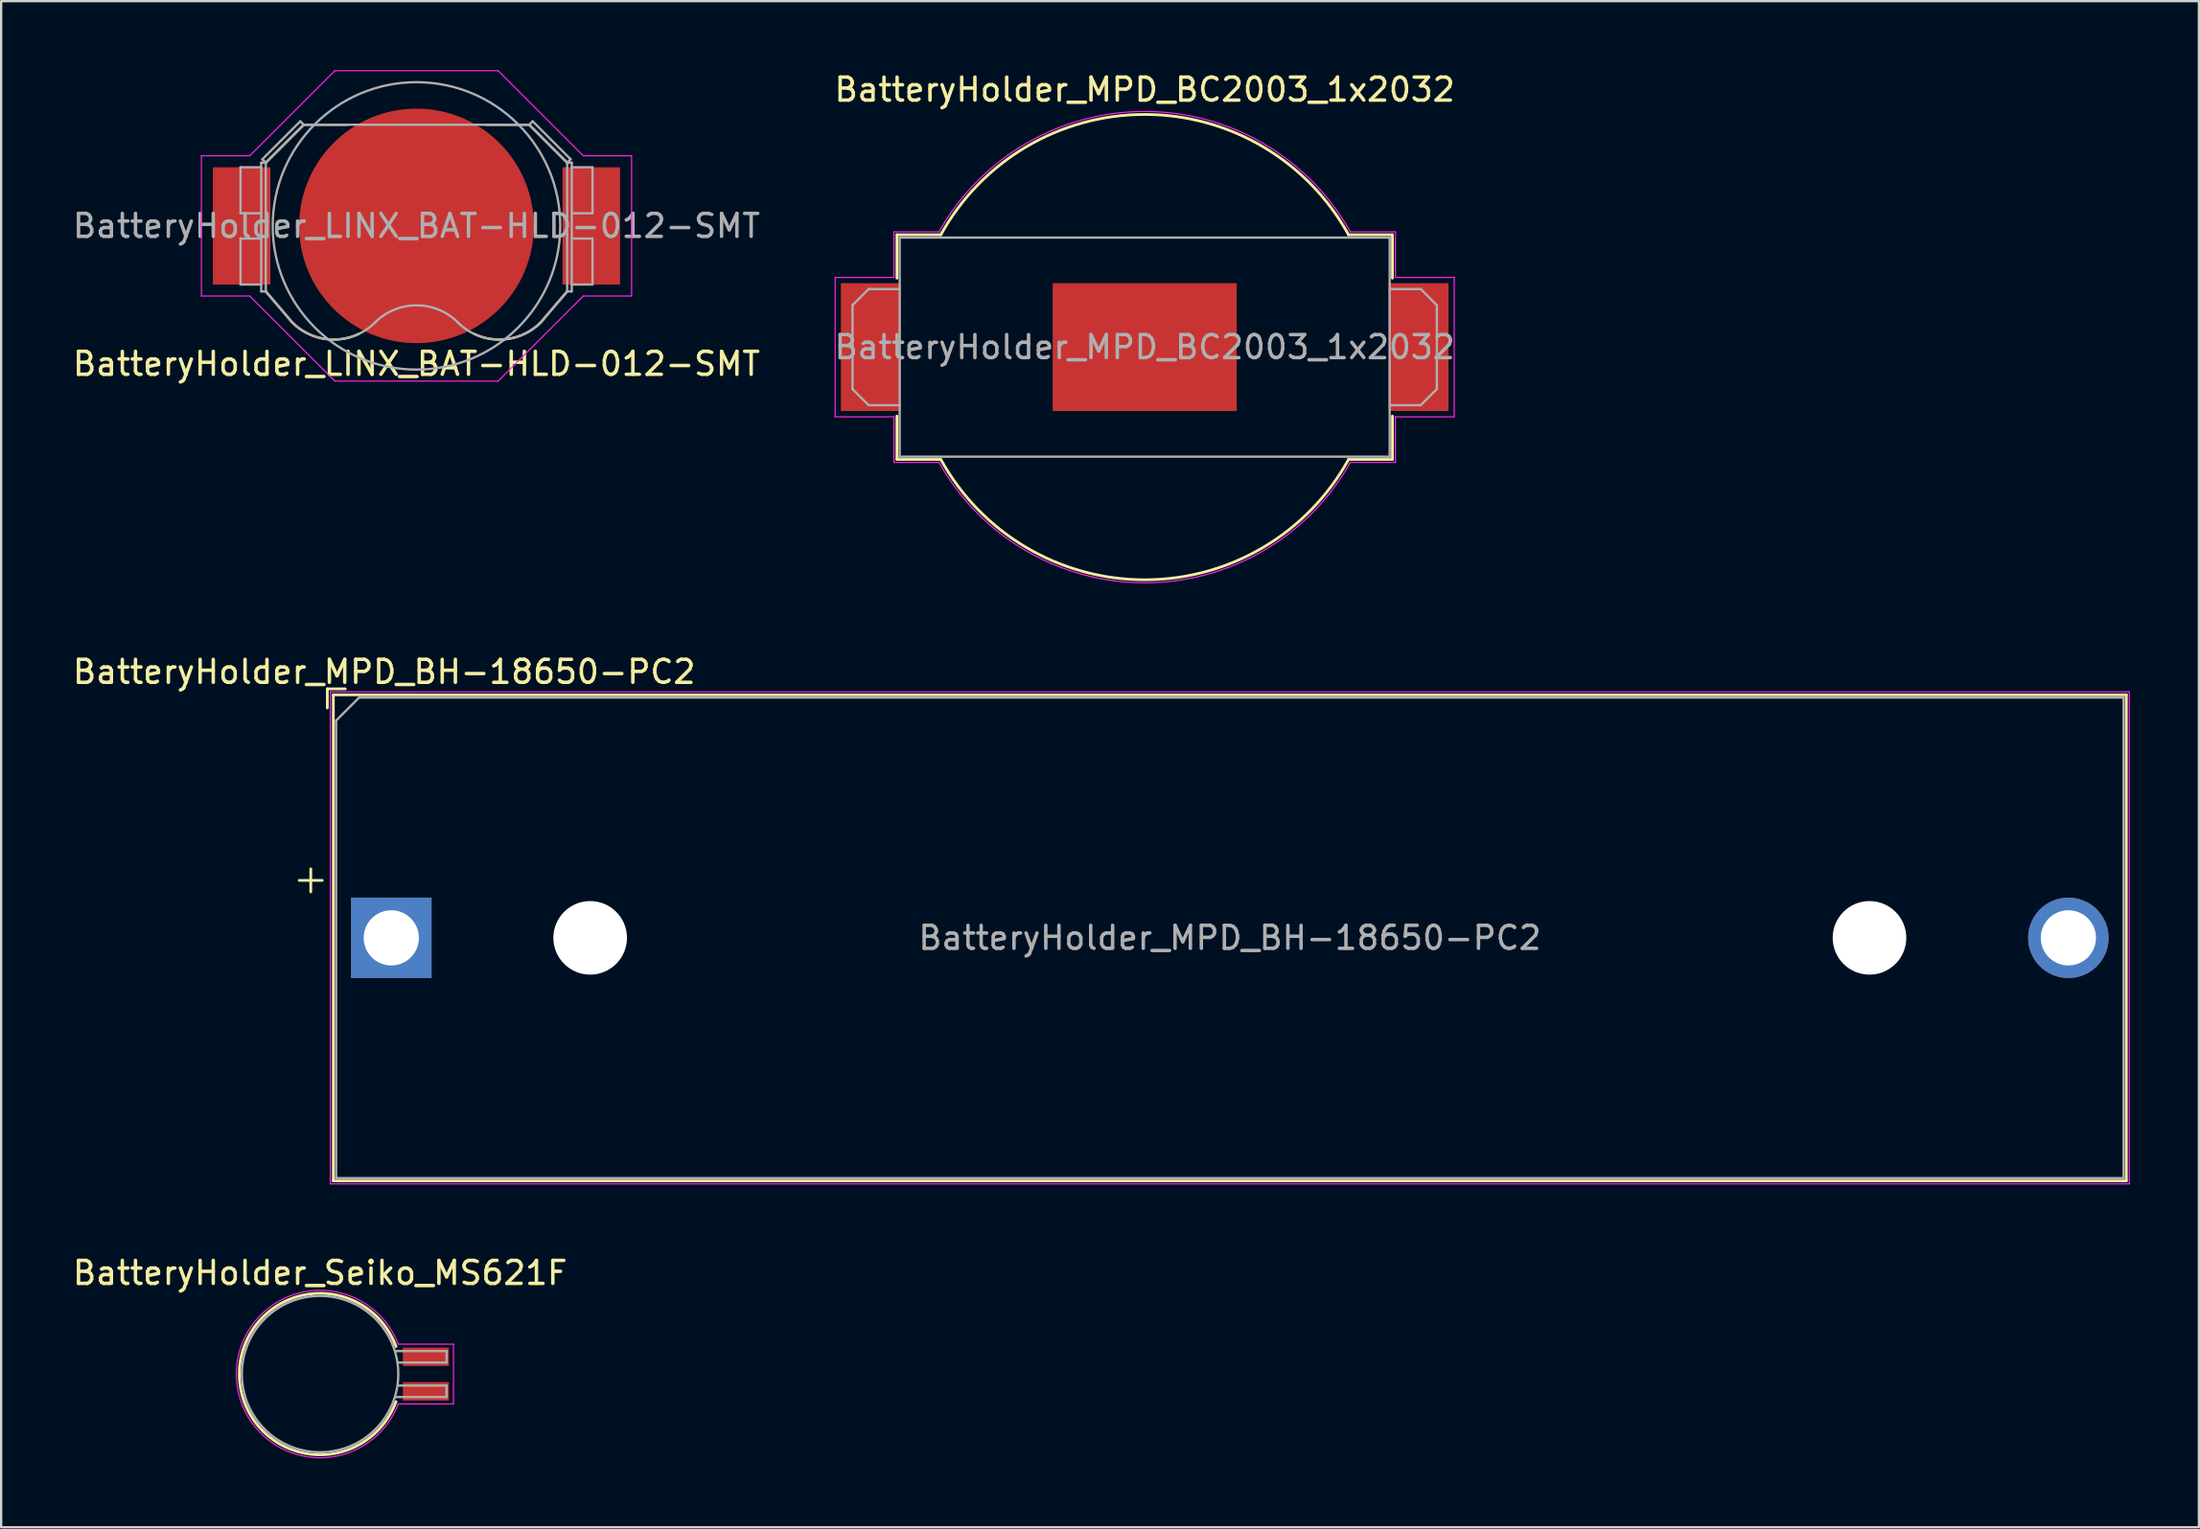
<source format=kicad_pcb>
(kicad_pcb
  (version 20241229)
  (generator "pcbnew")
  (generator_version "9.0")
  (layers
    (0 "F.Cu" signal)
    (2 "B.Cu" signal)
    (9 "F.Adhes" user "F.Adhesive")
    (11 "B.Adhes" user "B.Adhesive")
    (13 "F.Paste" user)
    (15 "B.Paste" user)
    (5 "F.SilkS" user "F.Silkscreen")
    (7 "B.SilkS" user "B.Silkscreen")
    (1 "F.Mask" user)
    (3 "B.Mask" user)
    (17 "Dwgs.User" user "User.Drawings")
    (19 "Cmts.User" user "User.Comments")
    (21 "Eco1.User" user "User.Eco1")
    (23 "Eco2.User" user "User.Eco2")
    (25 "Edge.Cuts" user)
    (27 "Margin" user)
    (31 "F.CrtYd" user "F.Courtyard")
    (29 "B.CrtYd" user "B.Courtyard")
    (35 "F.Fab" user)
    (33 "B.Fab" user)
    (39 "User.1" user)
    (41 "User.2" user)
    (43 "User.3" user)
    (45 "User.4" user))
  (footprint "BatteryHolder_MPD_BH-18650-PC2"
    (layer "F.Cu")
    (at 13.959 37.742)
    (property "Reference" "BatteryHolder_MPD_BH-18650-PC2" (at -0.31 -11.57 0) (layer "F.SilkS") (effects (font (size 1 1) (thickness 0.15))))
    (attr through_hole)
    (fp_line (start -4 -2.5) (end -3 -2.5) (stroke (width 0.12) (type solid)) (layer "F.SilkS"))
    (fp_line (start -3.5 -3) (end -3.5 -2) (stroke (width 0.12) (type solid)) (layer "F.SilkS"))
    (fp_line (start -2.78 -10.83) (end -2.78 -10) (stroke (width 0.12) (type solid)) (layer "F.SilkS"))
    (fp_line (start -2.78 -10.83) (end -2 -10.83) (stroke (width 0.12) (type solid)) (layer "F.SilkS"))
    (fp_line (start -2.52 -10.57) (end 75.42 -10.57) (stroke (width 0.12) (type solid)) (layer "F.SilkS"))
    (fp_line (start -2.52 10.57) (end -2.52 -10.57) (stroke (width 0.12) (type solid)) (layer "F.SilkS"))
    (fp_line (start 75.42 -10.57) (end 75.42 10.57) (stroke (width 0.12) (type solid)) (layer "F.SilkS"))
    (fp_line (start 75.42 10.57) (end -2.52 10.57) (stroke (width 0.12) (type solid)) (layer "F.SilkS"))
    (fp_line (start -2.65 -10.7) (end 75.55 -10.7) (stroke (width 0.05) (type solid)) (layer "F.CrtYd"))
    (fp_line (start -2.65 10.7) (end -2.65 -10.7) (stroke (width 0.05) (type solid)) (layer "F.CrtYd"))
    (fp_line (start 75.55 -10.7) (end 75.55 10.7) (stroke (width 0.05) (type solid)) (layer "F.CrtYd"))
    (fp_line (start 75.55 10.7) (end -2.65 10.7) (stroke (width 0.05) (type solid)) (layer "F.CrtYd"))
    (fp_line (start -2.4 10.45) (end -2.4 -9.45) (stroke (width 0.1) (type solid)) (layer "F.Fab"))
    (fp_line (start -1.4 -10.45) (end -2.4 -9.45) (stroke (width 0.1) (type solid)) (layer "F.Fab"))
    (fp_line (start -1.4 -10.45) (end 75.3 -10.45) (stroke (width 0.1) (type solid)) (layer "F.Fab"))
    (fp_line (start 75.3 -10.45) (end 75.3 10.45) (stroke (width 0.1) (type solid)) (layer "F.Fab"))
    (fp_line (start 75.3 10.45) (end -2.4 10.45) (stroke (width 0.1) (type solid)) (layer "F.Fab"))
    (fp_text user "${REFERENCE}" (at 36.45 0 0) (layer "F.Fab") (effects (font (size 1 1) (thickness 0.15))))
    (pad "" np_thru_hole circle (at 8.645 0) (size 3.2 3.2) (drill 3.2) (layers "*.Cu" "*.Mask"))
    (pad "" np_thru_hole circle (at 64.255 0) (size 3.2 3.2) (drill 3.2) (layers "*.Cu" "*.Mask"))
    (pad "1" thru_hole rect (at 0 0) (size 3.5 3.5) (drill 2.4) (layers "*.Cu" "*.Mask"))
    (pad "2" thru_hole circle (at 72.9 0) (size 3.5 3.5) (drill 2.4) (layers "*.Cu" "*.Mask")))
  (footprint "BatteryHolder_Seiko_MS621F"
    (layer "F.Cu")
    (at 15.463 56.715)
    (property "Reference" "BatteryHolder_Seiko_MS621F" (at -4.6 -4.4 0) (layer "F.SilkS") (effects (font (size 1 1) (thickness 0.15))))
    (attr smd)
    (fp_arc (start -1.3 1.2) (mid -8.11141 0.001035) (end -1.300708 -1.201946) (stroke (width 0.12) (type solid)) (layer "F.SilkS"))
    (fp_line (start -1.2 -1.3) (end 1.2 -1.3) (stroke (width 0.05) (type solid)) (layer "F.CrtYd"))
    (fp_line (start 1.2 -1.3) (end 1.2 1.3) (stroke (width 0.05) (type solid)) (layer "F.CrtYd"))
    (fp_line (start 1.2 1.3) (end -1.2 1.3) (stroke (width 0.05) (type solid)) (layer "F.CrtYd"))
    (fp_arc (start -1.2 1.3) (mid -8.240055 0) (end -1.2 -1.3) (stroke (width 0.05) (type solid)) (layer "F.CrtYd"))
    (fp_line (start -1.3 -1) (end 0.9 -1) (stroke (width 0.1) (type solid)) (layer "F.Fab"))
    (fp_line (start -1.2 0.5) (end 0.9 0.5) (stroke (width 0.1) (type solid)) (layer "F.Fab"))
    (fp_line (start 0.9 -1) (end 0.9 -0.5) (stroke (width 0.1) (type solid)) (layer "F.Fab"))
    (fp_line (start 0.9 -0.5) (end -1.2 -0.5) (stroke (width 0.1) (type solid)) (layer "F.Fab"))
    (fp_line (start 0.9 0.5) (end 0.9 1) (stroke (width 0.1) (type solid)) (layer "F.Fab"))
    (fp_line (start 0.9 1) (end -1.3 1) (stroke (width 0.1) (type solid)) (layer "F.Fab"))
    (fp_circle (center -4.6 0) (end -4.6 3.4) (stroke (width 0.1) (type solid)) (fill no) (layer "F.Fab"))
    (pad "1" smd rect (at 0 -0.75) (size 2 0.8) (layers "F.Cu" "F.Mask" "F.Paste"))
    (pad "2" smd rect (at 0 0.75) (size 2 0.8) (layers "F.Cu" "F.Mask" "F.Paste")))
  (footprint "BatteryHolder_LINX_BAT-HLD-012-SMT"
    (layer "F.Cu")
    (at 15.054 6.775)
    (property "Reference" "BatteryHolder_LINX_BAT-HLD-012-SMT" (at 0 6 0) (layer "F.SilkS") (effects (font (size 1 1) (thickness 0.15))))
    (attr smd)
    (fp_line (start -6.55 -2.75) (end -4.9 -4.4) (stroke (width 0.1) (type solid)) (layer "F.SilkS"))
    (fp_line (start -6.55 2.85) (end -5.4 4.2) (stroke (width 0.1) (type solid)) (layer "F.SilkS"))
    (fp_line (start -4.9 -4.4) (end -3 -4.4) (stroke (width 0.1) (type solid)) (layer "F.SilkS"))
    (fp_line (start 4.9 -4.4) (end 3 -4.4) (stroke (width 0.1) (type solid)) (layer "F.SilkS"))
    (fp_line (start 4.9 -4.4) (end 6.55 -2.75) (stroke (width 0.1) (type solid)) (layer "F.SilkS"))
    (fp_line (start 6.55 2.85) (end 5.4 4.2) (stroke (width 0.1) (type solid)) (layer "F.SilkS"))
    (fp_arc (start -2.504098 4.697607) (mid -4.031094 4.908816) (end -5.4 4.2) (stroke (width 0.1) (type solid)) (layer "F.SilkS"))
    (fp_arc (start 5.4 4.2) (mid 4.029781 4.909041) (end 2.501694 4.696459) (stroke (width 0.1) (type solid)) (layer "F.SilkS"))
    (fp_line (start -9.35 -3.05) (end -7.25 -3.05) (stroke (width 0.05) (type solid)) (layer "F.CrtYd"))
    (fp_line (start -9.35 3.05) (end -9.35 -3.05) (stroke (width 0.05) (type solid)) (layer "F.CrtYd"))
    (fp_line (start -9.35 3.05) (end -7.25 3.05) (stroke (width 0.05) (type solid)) (layer "F.CrtYd"))
    (fp_line (start -7.25 -3.05) (end -3.55 -6.75) (stroke (width 0.05) (type solid)) (layer "F.CrtYd"))
    (fp_line (start -3.55 -6.75) (end 3.55 -6.75) (stroke (width 0.05) (type solid)) (layer "F.CrtYd"))
    (fp_line (start -3.55 6.75) (end -7.25 3.05) (stroke (width 0.05) (type solid)) (layer "F.CrtYd"))
    (fp_line (start -3.55 6.75) (end 3.55 6.75) (stroke (width 0.05) (type solid)) (layer "F.CrtYd"))
    (fp_line (start 3.55 -6.75) (end 7.25 -3.05) (stroke (width 0.05) (type solid)) (layer "F.CrtYd"))
    (fp_line (start 3.55 6.75) (end 7.25 3.05) (stroke (width 0.05) (type solid)) (layer "F.CrtYd"))
    (fp_line (start 7.25 -3.05) (end 9.35 -3.05) (stroke (width 0.05) (type solid)) (layer "F.CrtYd"))
    (fp_line (start 9.35 -3.05) (end 9.35 3.05) (stroke (width 0.05) (type solid)) (layer "F.CrtYd"))
    (fp_line (start 9.35 3.05) (end 7.25 3.05) (stroke (width 0.05) (type solid)) (layer "F.CrtYd"))
    (fp_line (start -7.65 -2.55) (end -7.65 -0.55) (stroke (width 0.1) (type solid)) (layer "F.Fab"))
    (fp_line (start -7.65 -2.55) (end -6.75 -2.55) (stroke (width 0.1) (type solid)) (layer "F.Fab"))
    (fp_line (start -7.65 -0.55) (end -6.75 -0.55) (stroke (width 0.1) (type solid)) (layer "F.Fab"))
    (fp_line (start -7.65 0.55) (end -7.65 2.55) (stroke (width 0.1) (type solid)) (layer "F.Fab"))
    (fp_line (start -7.65 2.55) (end -6.75 2.55) (stroke (width 0.1) (type solid)) (layer "F.Fab"))
    (fp_line (start -6.75 -2.75) (end -6.55 -2.75) (stroke (width 0.1) (type solid)) (layer "F.Fab"))
    (fp_line (start -6.75 0.55) (end -7.65 0.55) (stroke (width 0.1) (type solid)) (layer "F.Fab"))
    (fp_line (start -6.75 2.85) (end -6.75 -2.75) (stroke (width 0.1) (type solid)) (layer "F.Fab"))
    (fp_line (start -6.75 2.85) (end -6.55 2.85) (stroke (width 0.1) (type solid)) (layer "F.Fab"))
    (fp_line (start -6.7 -2.9) (end -5.05 -4.55) (stroke (width 0.1) (type solid)) (layer "F.Fab"))
    (fp_line (start -6.55 -2.75) (end -6.7 -2.9) (stroke (width 0.1) (type solid)) (layer "F.Fab"))
    (fp_line (start -6.55 -2.75) (end -4.9 -4.4) (stroke (width 0.1) (type solid)) (layer "F.Fab"))
    (fp_line (start -6.55 2.85) (end -6.55 -2.75) (stroke (width 0.1) (type solid)) (layer "F.Fab"))
    (fp_line (start -6.55 2.85) (end -5.4 4.2) (stroke (width 0.1) (type solid)) (layer "F.Fab"))
    (fp_line (start -5.05 -4.55) (end -4.9 -4.4) (stroke (width 0.1) (type solid)) (layer "F.Fab"))
    (fp_line (start 4.9 -4.4) (end -4.9 -4.4) (stroke (width 0.1) (type solid)) (layer "F.Fab"))
    (fp_line (start 5.05 -4.55) (end 4.9 -4.4) (stroke (width 0.1) (type solid)) (layer "F.Fab"))
    (fp_line (start 6.55 -2.75) (end 4.9 -4.4) (stroke (width 0.1) (type solid)) (layer "F.Fab"))
    (fp_line (start 6.55 -2.75) (end 6.7 -2.9) (stroke (width 0.1) (type solid)) (layer "F.Fab"))
    (fp_line (start 6.55 -2.75) (end 6.75 -2.75) (stroke (width 0.1) (type solid)) (layer "F.Fab"))
    (fp_line (start 6.55 2.85) (end 5.4 4.2) (stroke (width 0.1) (type solid)) (layer "F.Fab"))
    (fp_line (start 6.55 2.85) (end 6.55 -2.75) (stroke (width 0.1) (type solid)) (layer "F.Fab"))
    (fp_line (start 6.7 -2.9) (end 5.05 -4.55) (stroke (width 0.1) (type solid)) (layer "F.Fab"))
    (fp_line (start 6.75 -0.55) (end 7.65 -0.55) (stroke (width 0.1) (type solid)) (layer "F.Fab"))
    (fp_line (start 6.75 2.55) (end 7.65 2.55) (stroke (width 0.1) (type solid)) (layer "F.Fab"))
    (fp_line (start 6.75 2.85) (end 6.55 2.85) (stroke (width 0.1) (type solid)) (layer "F.Fab"))
    (fp_line (start 6.75 2.85) (end 6.75 -2.75) (stroke (width 0.1) (type solid)) (layer "F.Fab"))
    (fp_line (start 7.65 -2.55) (end 6.75 -2.55) (stroke (width 0.1) (type solid)) (layer "F.Fab"))
    (fp_line (start 7.65 -0.55) (end 7.65 -2.55) (stroke (width 0.1) (type solid)) (layer "F.Fab"))
    (fp_line (start 7.65 0.55) (end 6.75 0.55) (stroke (width 0.1) (type solid)) (layer "F.Fab"))
    (fp_line (start 7.65 2.55) (end 7.65 0.55) (stroke (width 0.1) (type solid)) (layer "F.Fab"))
    (fp_arc (start -1.8 4.2) (mid -3.6 4.945584) (end -5.4 4.2) (stroke (width 0.1) (type solid)) (layer "F.Fab"))
    (fp_arc (start -1.8 4.2) (mid 0 3.454416) (end 1.8 4.2) (stroke (width 0.1) (type solid)) (layer "F.Fab"))
    (fp_arc (start 5.4 4.2) (mid 3.6 4.945584) (end 1.8 4.2) (stroke (width 0.1) (type solid)) (layer "F.Fab"))
    (fp_circle (center 0 0) (end -6.25 0) (stroke (width 0.1) (type solid)) (fill no) (layer "F.Fab"))
    (fp_text user "${REFERENCE}" (at 0 0 0) (layer "F.Fab") (effects (font (size 1 1) (thickness 0.15))))
    (pad "1" smd rect (at -7.6 0) (size 2.5 5.1) (layers "F.Cu" "F.Mask" "F.Paste"))
    (pad "1" smd rect (at 7.6 0) (size 2.5 5.1) (layers "F.Cu" "F.Mask" "F.Paste"))
    (pad "2" smd circle (at 0 0) (size 10.2 10.2) (layers "F.Cu" "F.Mask")))
  (footprint "BatteryHolder_MPD_BC2003_1x2032"
    (layer "F.Cu")
    (at 46.708 12.048)
    (property "Reference" "BatteryHolder_MPD_BC2003_1x2032" (at 0 -11.2 0) (layer "F.SilkS") (effects (font (size 1 1) (thickness 0.15))))
    (attr smd)
    (fp_line (start -10.77 -4.885) (end -8.863 -4.885) (stroke (width 0.12) (type solid)) (layer "F.SilkS"))
    (fp_line (start -10.77 -3) (end -10.77 -4.885) (stroke (width 0.12) (type solid)) (layer "F.SilkS"))
    (fp_line (start -10.77 3) (end -10.77 4.885) (stroke (width 0.12) (type solid)) (layer "F.SilkS"))
    (fp_line (start -10.77 4.885) (end -8.863 4.885) (stroke (width 0.12) (type solid)) (layer "F.SilkS"))
    (fp_line (start 10.77 -4.885) (end 8.863 -4.885) (stroke (width 0.12) (type solid)) (layer "F.SilkS"))
    (fp_line (start 10.77 -3) (end 10.77 -4.885) (stroke (width 0.12) (type solid)) (layer "F.SilkS"))
    (fp_line (start 10.77 3) (end 10.77 4.885) (stroke (width 0.12) (type solid)) (layer "F.SilkS"))
    (fp_line (start 10.77 4.885) (end 8.863 4.885) (stroke (width 0.12) (type solid)) (layer "F.SilkS"))
    (fp_arc (start -8.86291 -4.885) (mid 0 -10.12) (end 8.86291 -4.885) (stroke (width 0.12) (type solid)) (layer "F.SilkS"))
    (fp_arc (start 8.865021 4.881168) (mid 0.002187 10.12) (end -8.86291 4.885) (stroke (width 0.12) (type solid)) (layer "F.SilkS"))
    (fp_line (start -13.455 -3.03) (end -13.455 3.03) (stroke (width 0.05) (type solid)) (layer "F.CrtYd"))
    (fp_line (start -13.455 3.03) (end -10.9 3.03) (stroke (width 0.05) (type solid)) (layer "F.CrtYd"))
    (fp_line (start -10.9 -5.015) (end -10.9 -3.03) (stroke (width 0.05) (type solid)) (layer "F.CrtYd"))
    (fp_line (start -10.9 -3.03) (end -13.455 -3.03) (stroke (width 0.05) (type solid)) (layer "F.CrtYd"))
    (fp_line (start -10.9 5.015) (end -10.9 3.03) (stroke (width 0.05) (type solid)) (layer "F.CrtYd"))
    (fp_line (start -10.9 5.015) (end -8.939 5.015) (stroke (width 0.05) (type solid)) (layer "F.CrtYd"))
    (fp_line (start -8.939 -5.015) (end -10.9 -5.015) (stroke (width 0.05) (type solid)) (layer "F.CrtYd"))
    (fp_line (start 8.939 -5.015) (end 10.9 -5.015) (stroke (width 0.05) (type solid)) (layer "F.CrtYd"))
    (fp_line (start 8.939 5.015) (end 10.9 5.015) (stroke (width 0.05) (type solid)) (layer "F.CrtYd"))
    (fp_line (start 10.9 -5.015) (end 10.9 -3.03) (stroke (width 0.05) (type solid)) (layer "F.CrtYd"))
    (fp_line (start 10.9 -3.03) (end 13.455 -3.03) (stroke (width 0.05) (type solid)) (layer "F.CrtYd"))
    (fp_line (start 10.9 3.03) (end 13.455 3.03) (stroke (width 0.05) (type solid)) (layer "F.CrtYd"))
    (fp_line (start 10.9 5.015) (end 10.9 3.03) (stroke (width 0.05) (type solid)) (layer "F.CrtYd"))
    (fp_line (start 13.455 -3.03) (end 13.455 3.03) (stroke (width 0.05) (type solid)) (layer "F.CrtYd"))
    (fp_arc (start -8.939368 -5.014999) (mid -0.000001 -10.250001) (end 8.939367 -5.015) (stroke (width 0.05) (type solid)) (layer "F.CrtYd"))
    (fp_arc (start 8.938054 5.017341) (mid -0.001342 10.250001) (end -8.939367 5.015) (stroke (width 0.05) (type solid)) (layer "F.CrtYd"))
    (fp_line (start -12.7 -1.825) (end -12.7 1.825) (stroke (width 0.1) (type solid)) (layer "F.Fab"))
    (fp_line (start -12.7 -1.825) (end -12 -2.525) (stroke (width 0.1) (type solid)) (layer "F.Fab"))
    (fp_line (start -12.7 1.825) (end -12 2.525) (stroke (width 0.1) (type solid)) (layer "F.Fab"))
    (fp_line (start -10.65 -4.765) (end 10.65 -4.765) (stroke (width 0.1) (type solid)) (layer "F.Fab"))
    (fp_line (start -10.65 -2.525) (end -12 -2.525) (stroke (width 0.1) (type solid)) (layer "F.Fab"))
    (fp_line (start -10.65 2.525) (end -12 2.525) (stroke (width 0.1) (type solid)) (layer "F.Fab"))
    (fp_line (start -10.65 4.765) (end -10.65 -4.765) (stroke (width 0.1) (type solid)) (layer "F.Fab"))
    (fp_line (start -10.65 4.765) (end 10.65 4.765) (stroke (width 0.1) (type solid)) (layer "F.Fab"))
    (fp_line (start 10.65 -2.525) (end 12 -2.525) (stroke (width 0.1) (type solid)) (layer "F.Fab"))
    (fp_line (start 10.65 2.525) (end 12 2.525) (stroke (width 0.1) (type solid)) (layer "F.Fab"))
    (fp_line (start 10.65 4.765) (end 10.65 -4.765) (stroke (width 0.1) (type solid)) (layer "F.Fab"))
    (fp_line (start 12.7 -1.825) (end 12 -2.525) (stroke (width 0.1) (type solid)) (layer "F.Fab"))
    (fp_line (start 12.7 -1.825) (end 12.7 1.825) (stroke (width 0.1) (type solid)) (layer "F.Fab"))
    (fp_line (start 12.7 1.825) (end 12 2.525) (stroke (width 0.1) (type solid)) (layer "F.Fab"))
    (fp_text user "${REFERENCE}" (at 0 0 0) (layer "F.Fab") (effects (font (size 1 1) (thickness 0.15))))
    (pad "1" smd rect (at -11.905 0) (size 2.6 5.56) (layers "F.Cu" "F.Mask" "F.Paste"))
    (pad "1" smd rect (at 11.905 0) (size 2.6 5.56) (layers "F.Cu" "F.Mask" "F.Paste"))
    (pad "2" smd rect (at 0 0) (size 8 5.56) (layers "F.Cu" "F.Mask" "F.Paste")))
  (gr_rect
    (start -3 -3)
    (end 92.534 63.38)
    (stroke (width 0.1) (type default))
    (fill no)
    (layer "Edge.Cuts")))
</source>
